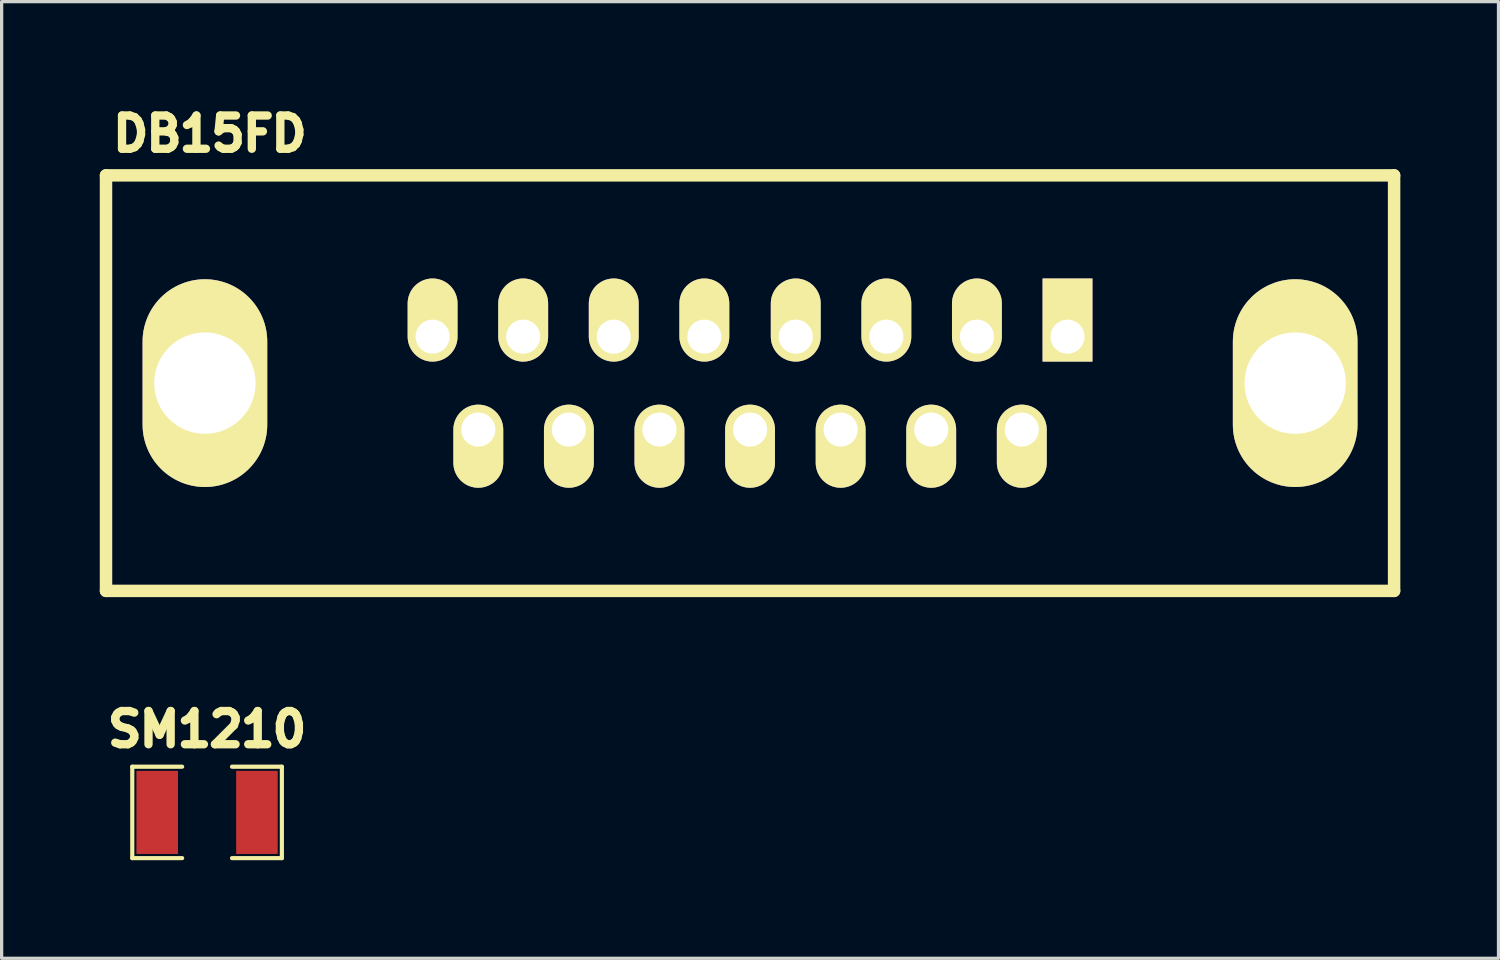
<source format=kicad_pcb>
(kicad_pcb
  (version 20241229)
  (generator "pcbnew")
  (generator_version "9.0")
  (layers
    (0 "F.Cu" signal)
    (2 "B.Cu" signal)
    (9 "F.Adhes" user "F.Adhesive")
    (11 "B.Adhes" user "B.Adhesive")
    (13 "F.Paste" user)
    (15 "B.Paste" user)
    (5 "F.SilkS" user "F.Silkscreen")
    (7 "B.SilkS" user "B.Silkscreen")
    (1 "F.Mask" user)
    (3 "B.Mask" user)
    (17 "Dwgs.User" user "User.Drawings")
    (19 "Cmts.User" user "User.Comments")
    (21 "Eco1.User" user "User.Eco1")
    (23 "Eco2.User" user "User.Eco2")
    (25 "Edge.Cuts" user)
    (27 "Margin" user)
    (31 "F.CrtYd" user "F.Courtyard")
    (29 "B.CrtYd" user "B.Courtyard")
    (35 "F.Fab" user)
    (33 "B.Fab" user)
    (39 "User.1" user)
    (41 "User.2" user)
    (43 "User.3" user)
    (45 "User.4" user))
  (footprint "DB15FD"
    (layer "F.Cu")
    (at 19.875 8.66)
    (property "Reference" "DB15FD" (at -16.51 -7.62 0) (layer "F.SilkS") (effects (font (size 1.016 1.016) (thickness 0.254))))
    (attr through_hole)
    (fp_line (start -19.685 -6.35) (end -19.685 6.35) (stroke (width 0.381) (type solid)) (layer "F.SilkS"))
    (fp_line (start -19.685 6.35) (end 19.685 6.35) (stroke (width 0.381) (type solid)) (layer "F.SilkS"))
    (fp_line (start 19.685 -6.35) (end -19.685 -6.35) (stroke (width 0.381) (type solid)) (layer "F.SilkS"))
    (fp_line (start 19.685 6.35) (end 19.685 -6.35) (stroke (width 0.381) (type solid)) (layer "F.SilkS"))
    (pad "" thru_hole oval (at -16.662 0) (size 3.81 6.35) (drill 3.099) (layers "*.Cu" "*.Mask" "F.SilkS"))
    (pad "" thru_hole oval (at 16.662 0) (size 3.81 6.35) (drill 3.099) (layers "*.Cu" "*.Mask" "F.SilkS"))
    (pad "1" thru_hole rect (at 9.703 -1.42) (size 1.524 2.54) (drill 1.041 (offset 0 -0.508)) (layers "*.Cu" "*.Mask" "F.SilkS"))
    (pad "2" thru_hole oval (at 6.934 -1.42) (size 1.524 2.54) (drill 1.041 (offset 0 -0.508)) (layers "*.Cu" "*.Mask" "F.SilkS"))
    (pad "3" thru_hole oval (at 4.166 -1.42) (size 1.524 2.54) (drill 1.041 (offset 0 -0.508)) (layers "*.Cu" "*.Mask" "F.SilkS"))
    (pad "4" thru_hole oval (at 1.397 -1.42) (size 1.524 2.54) (drill 1.041 (offset 0 -0.508)) (layers "*.Cu" "*.Mask" "F.SilkS"))
    (pad "5" thru_hole oval (at -1.397 -1.42) (size 1.524 2.54) (drill 1.041 (offset 0 -0.508)) (layers "*.Cu" "*.Mask" "F.SilkS"))
    (pad "6" thru_hole oval (at -4.166 -1.42) (size 1.524 2.54) (drill 1.041 (offset 0 -0.508)) (layers "*.Cu" "*.Mask" "F.SilkS"))
    (pad "7" thru_hole oval (at -6.934 -1.42) (size 1.524 2.54) (drill 1.041 (offset 0 -0.508)) (layers "*.Cu" "*.Mask" "F.SilkS"))
    (pad "8" thru_hole oval (at -9.703 -1.42) (size 1.524 2.54) (drill 1.041 (offset 0 -0.508)) (layers "*.Cu" "*.Mask" "F.SilkS"))
    (pad "9" thru_hole oval (at 8.306 1.42) (size 1.524 2.54) (drill 1.041 (offset 0 0.508)) (layers "*.Cu" "*.Mask" "F.SilkS"))
    (pad "10" thru_hole oval (at 5.537 1.42) (size 1.524 2.54) (drill 1.041 (offset 0 0.508)) (layers "*.Cu" "*.Mask" "F.SilkS"))
    (pad "11" thru_hole oval (at 2.769 1.42) (size 1.524 2.54) (drill 1.041 (offset 0 0.508)) (layers "*.Cu" "*.Mask" "F.SilkS"))
    (pad "12" thru_hole oval (at 0 1.42) (size 1.524 2.54) (drill 1.041 (offset 0 0.508)) (layers "*.Cu" "*.Mask" "F.SilkS"))
    (pad "13" thru_hole oval (at -2.769 1.42) (size 1.524 2.54) (drill 1.041 (offset 0 0.508)) (layers "*.Cu" "*.Mask" "F.SilkS"))
    (pad "14" thru_hole oval (at -5.537 1.42) (size 1.524 2.54) (drill 1.041 (offset 0 0.508)) (layers "*.Cu" "*.Mask" "F.SilkS"))
    (pad "15" thru_hole oval (at -8.306 1.42) (size 1.524 2.54) (drill 1.041 (offset 0 0.508)) (layers "*.Cu" "*.Mask" "F.SilkS")))
  (footprint "SM1210"
    (layer "F.Cu")
    (at 3.279 21.781)
    (property "Reference" "SM1210" (at 0 -2.54 0) (layer "F.SilkS") (effects (font (size 1.016 1.016) (thickness 0.254))))
    (attr smd)
    (fp_line (start -2.286 -1.397) (end -2.286 1.397) (stroke (width 0.127) (type solid)) (layer "F.SilkS"))
    (fp_line (start -2.286 1.397) (end -0.762 1.397) (stroke (width 0.127) (type solid)) (layer "F.SilkS"))
    (fp_line (start -0.762 -1.397) (end -2.286 -1.397) (stroke (width 0.127) (type solid)) (layer "F.SilkS"))
    (fp_line (start 0.762 1.397) (end 2.286 1.397) (stroke (width 0.127) (type solid)) (layer "F.SilkS"))
    (fp_line (start 2.286 -1.397) (end 0.762 -1.397) (stroke (width 0.127) (type solid)) (layer "F.SilkS"))
    (fp_line (start 2.286 1.397) (end 2.286 -1.397) (stroke (width 0.127) (type solid)) (layer "F.SilkS"))
    (pad "1" smd rect (at -1.524 0) (size 1.27 2.54) (layers "F.Cu" "F.Mask" "F.Paste"))
    (pad "2" smd rect (at 1.524 0) (size 1.27 2.54) (layers "F.Cu" "F.Mask" "F.Paste")))
  (gr_rect
    (start -3 -3)
    (end 42.751 26.241)
    (stroke (width 0.1) (type default))
    (fill no)
    (layer "Edge.Cuts")))
</source>
